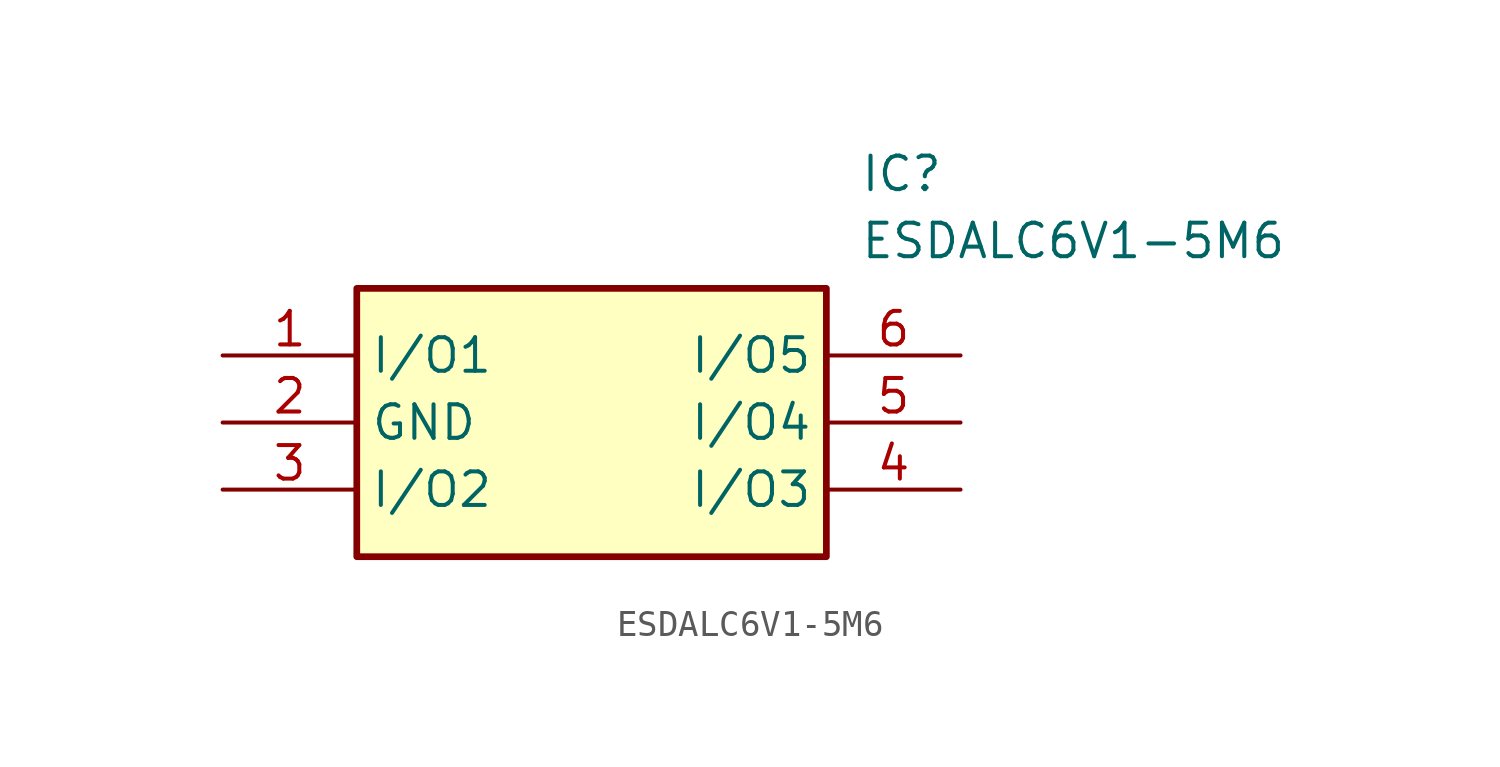
<source format=kicad_sym>
(kicad_symbol_lib
  (version 20211014)
  (generator SamacSys_ECAD_Model)
  (symbol "ESDALC6V1-5M6"
    (property "Reference" "IC"
      (at 24.13 7.62 0)
      (effects (font (size 1.27 1.27)) (justify left top)))
    (property "Value" "ESDALC6V1-5M6"
      (at 24.13 5.08 0)
      (effects (font (size 1.27 1.27)) (justify left top)))
    (rectangle
      (start 5.08 2.54)
      (end 22.86 -7.62)
      (stroke (width 0.254) (type default))
      (fill (type background)))
    (pin passive line
      (at 0 0 0)
      (length 5.08)
      (name "I/O1" (effects (font (size 1.27 1.27))))
      (number "1" (effects (font (size 1.27 1.27)))))
    (pin passive line
      (at 0 -2.54 0)
      (length 5.08)
      (name "GND" (effects (font (size 1.27 1.27))))
      (number "2" (effects (font (size 1.27 1.27)))))
    (pin passive line
      (at 0 -5.08 0)
      (length 5.08)
      (name "I/O2" (effects (font (size 1.27 1.27))))
      (number "3" (effects (font (size 1.27 1.27)))))
    (pin passive line
      (at 27.94 -5.08 180)
      (length 5.08)
      (name "I/O3" (effects (font (size 1.27 1.27))))
      (number "4" (effects (font (size 1.27 1.27)))))
    (pin passive line
      (at 27.94 -2.54 180)
      (length 5.08)
      (name "I/O4" (effects (font (size 1.27 1.27))))
      (number "5" (effects (font (size 1.27 1.27)))))
    (pin passive line
      (at 27.94 0 180)
      (length 5.08)
      (name "I/O5" (effects (font (size 1.27 1.27))))
      (number "6" (effects (font (size 1.27 1.27)))))))
</source>
